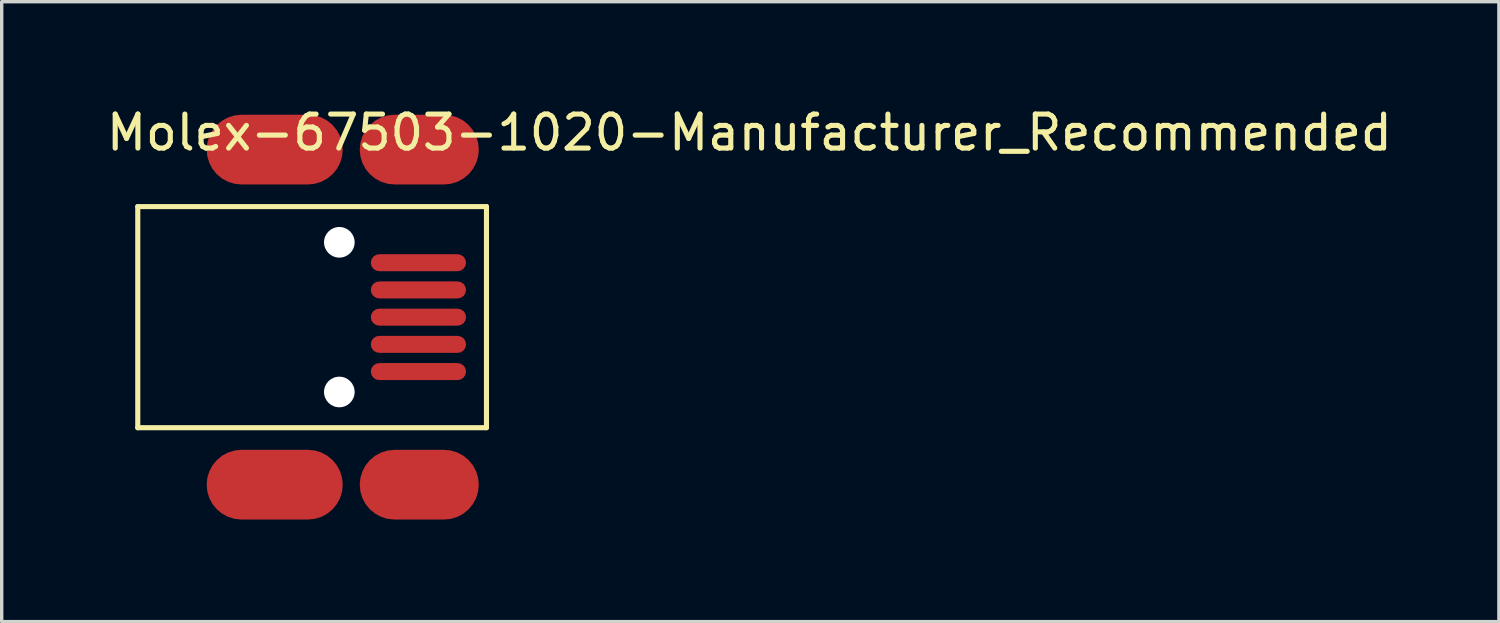
<source format=kicad_pcb>
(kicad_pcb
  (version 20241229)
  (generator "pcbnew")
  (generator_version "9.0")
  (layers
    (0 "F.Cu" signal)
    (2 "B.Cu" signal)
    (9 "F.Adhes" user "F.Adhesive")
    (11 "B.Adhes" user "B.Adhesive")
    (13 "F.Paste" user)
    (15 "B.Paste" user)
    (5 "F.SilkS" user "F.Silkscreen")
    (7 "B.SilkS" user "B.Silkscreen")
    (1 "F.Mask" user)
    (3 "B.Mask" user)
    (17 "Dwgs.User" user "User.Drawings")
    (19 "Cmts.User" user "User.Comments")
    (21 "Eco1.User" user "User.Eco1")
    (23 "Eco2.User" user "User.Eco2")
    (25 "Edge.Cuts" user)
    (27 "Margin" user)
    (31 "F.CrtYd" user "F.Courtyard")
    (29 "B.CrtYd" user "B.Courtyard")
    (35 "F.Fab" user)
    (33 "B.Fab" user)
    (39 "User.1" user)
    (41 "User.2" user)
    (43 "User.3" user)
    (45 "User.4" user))
  (footprint "Molex-67503-1020-Manufacturer_Recommended"
    (layer "F.Cu")
    (at 9.25 4.673)
    (property "Reference" "Molex-67503-1020-Manufacturer_Recommended" (at -9.25 -3.825 0) (layer "F.SilkS") (effects (font (size 1 1) (thickness 0.15)) (justify left)))
    (attr through_hole)
    (fp_line (start -8.25 -1.65) (end 2 -1.65) (stroke (width 0.15) (type solid)) (layer "F.SilkS"))
    (fp_line (start -8.25 4.85) (end -8.25 -1.65) (stroke (width 0.15) (type solid)) (layer "F.SilkS"))
    (fp_line (start -8.25 4.85) (end 2 4.85) (stroke (width 0.15) (type solid)) (layer "F.SilkS"))
    (fp_line (start 2 4.85) (end 2 -1.65) (stroke (width 0.15) (type solid)) (layer "F.SilkS"))
    (pad "" np_thru_hole circle (at -2.325 -0.6 180) (size 0.9 0.9) (drill 0.9) (layers "*.Cu"))
    (pad "" np_thru_hole circle (at -2.325 3.8 180) (size 0.9 0.9) (drill 0.9) (layers "*.Cu"))
    (pad "1" smd roundrect (at -0.000024 0.000018 180) (size 2.8 0.5) (layers "F.Cu" "F.Mask" "F.Paste") (roundrect_rratio 0.5))
    (pad "2" smd roundrect (at -0.000024 0.8 180) (size 2.8 0.5) (layers "F.Cu" "F.Mask" "F.Paste") (roundrect_rratio 0.5))
    (pad "3" smd roundrect (at -0.000024 1.6 180) (size 2.8 0.5) (layers "F.Cu" "F.Mask" "F.Paste") (roundrect_rratio 0.5))
    (pad "4" smd roundrect (at -0.000024 2.4 180) (size 2.8 0.5) (layers "F.Cu" "F.Mask" "F.Paste") (roundrect_rratio 0.5))
    (pad "5" smd roundrect (at -0.000024 3.2 180) (size 2.8 0.5) (layers "F.Cu" "F.Mask" "F.Paste") (roundrect_rratio 0.5))
    (pad "6" smd roundrect (at 0.025 -3.325 180) (size 3.5 2.05) (layers "F.Cu" "F.Mask" "F.Paste") (roundrect_rratio 0.5))
    (pad "7" smd roundrect (at -4.225 -3.325 180) (size 4 2.05) (layers "F.Cu" "F.Mask" "F.Paste") (roundrect_rratio 0.5))
    (pad "8" smd roundrect (at 0.025 6.525 180) (size 3.5 2.05) (layers "F.Cu" "F.Mask" "F.Paste") (roundrect_rratio 0.5))
    (pad "9" smd roundrect (at -4.225 6.525 180) (size 4 2.05) (layers "F.Cu" "F.Mask" "F.Paste") (roundrect_rratio 0.5)))
  (gr_rect
    (start -3 -3)
    (end 41.012 15.223)
    (stroke (width 0.1) (type default))
    (fill no)
    (layer "Edge.Cuts")))
</source>
